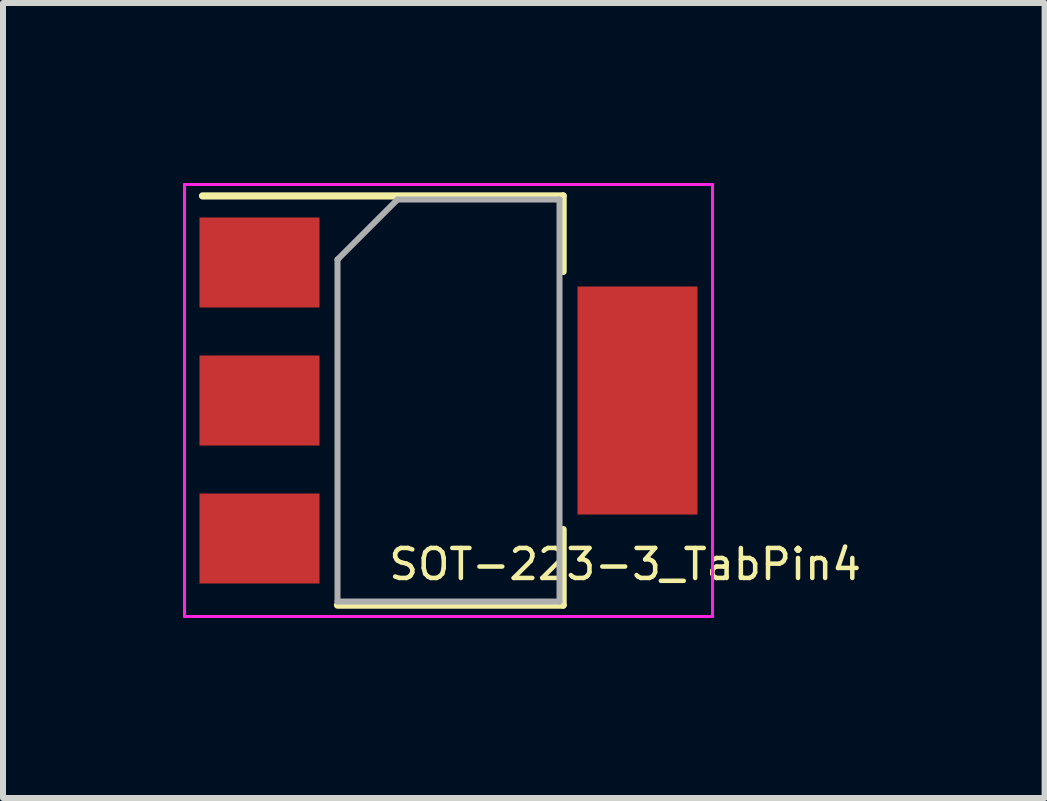
<source format=kicad_pcb>
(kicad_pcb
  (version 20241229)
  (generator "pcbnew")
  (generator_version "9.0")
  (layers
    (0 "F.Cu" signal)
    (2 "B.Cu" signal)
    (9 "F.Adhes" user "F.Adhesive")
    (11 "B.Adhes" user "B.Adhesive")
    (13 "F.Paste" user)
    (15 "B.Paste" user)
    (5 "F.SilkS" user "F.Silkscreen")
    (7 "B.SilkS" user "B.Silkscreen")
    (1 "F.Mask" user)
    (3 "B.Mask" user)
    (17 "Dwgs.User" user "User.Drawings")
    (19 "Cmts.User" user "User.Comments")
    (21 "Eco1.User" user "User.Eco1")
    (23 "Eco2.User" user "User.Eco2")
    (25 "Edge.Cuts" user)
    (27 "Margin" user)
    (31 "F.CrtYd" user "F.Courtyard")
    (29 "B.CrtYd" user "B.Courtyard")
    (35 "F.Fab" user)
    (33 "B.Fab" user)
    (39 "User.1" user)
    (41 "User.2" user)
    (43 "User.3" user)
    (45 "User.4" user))
  (footprint "SOT-223-3_TabPin4"
    (layer "F.Cu")
    (at 4.425 3.625)
    (property "Reference" "SOT-223-3_TabPin4" (at 2.944 2.73 0) (layer "F.SilkS") (effects (font (size 0.5 0.5) (thickness 0.075))))
    (attr smd)
    (fp_line (start -4.1 -3.41) (end 1.91 -3.41) (stroke (width 0.12) (type solid)) (layer "F.SilkS"))
    (fp_line (start -1.85 3.41) (end 1.91 3.41) (stroke (width 0.12) (type solid)) (layer "F.SilkS"))
    (fp_line (start 1.91 -3.41) (end 1.91 -2.15) (stroke (width 0.12) (type solid)) (layer "F.SilkS"))
    (fp_line (start 1.91 3.41) (end 1.91 2.15) (stroke (width 0.12) (type solid)) (layer "F.SilkS"))
    (fp_line (start -4.4 -3.6) (end -4.4 3.6) (stroke (width 0.05) (type solid)) (layer "F.CrtYd"))
    (fp_line (start -4.4 3.6) (end 4.4 3.6) (stroke (width 0.05) (type solid)) (layer "F.CrtYd"))
    (fp_line (start 4.4 -3.6) (end -4.4 -3.6) (stroke (width 0.05) (type solid)) (layer "F.CrtYd"))
    (fp_line (start 4.4 3.6) (end 4.4 -3.6) (stroke (width 0.05) (type solid)) (layer "F.CrtYd"))
    (fp_line (start -1.85 -2.35) (end -1.85 3.35) (stroke (width 0.1) (type solid)) (layer "F.Fab"))
    (fp_line (start -1.85 -2.35) (end -0.85 -3.35) (stroke (width 0.1) (type solid)) (layer "F.Fab"))
    (fp_line (start -1.85 3.35) (end 1.85 3.35) (stroke (width 0.1) (type solid)) (layer "F.Fab"))
    (fp_line (start -0.85 -3.35) (end 1.85 -3.35) (stroke (width 0.1) (type solid)) (layer "F.Fab"))
    (fp_line (start 1.85 -3.35) (end 1.85 3.35) (stroke (width 0.1) (type solid)) (layer "F.Fab"))
    (pad "1" smd rect (at -3.15 -2.3) (size 2 1.5) (layers "F.Cu" "F.Mask" "F.Paste"))
    (pad "3" smd rect (at -3.15 2.3) (size 2 1.5) (layers "F.Cu" "F.Mask" "F.Paste"))
    (pad "4" smd rect (at 3.15 0) (size 2 3.8) (layers "F.Cu" "F.Mask" "F.Paste"))
    (pad "NC" smd rect (at -3.15 0) (size 2 1.5) (layers "F.Cu" "F.Mask" "F.Paste")))
  (gr_rect
    (start -3 -3)
    (end 14.36 10.25)
    (stroke (width 0.1) (type default))
    (fill no)
    (layer "Edge.Cuts")))
</source>
